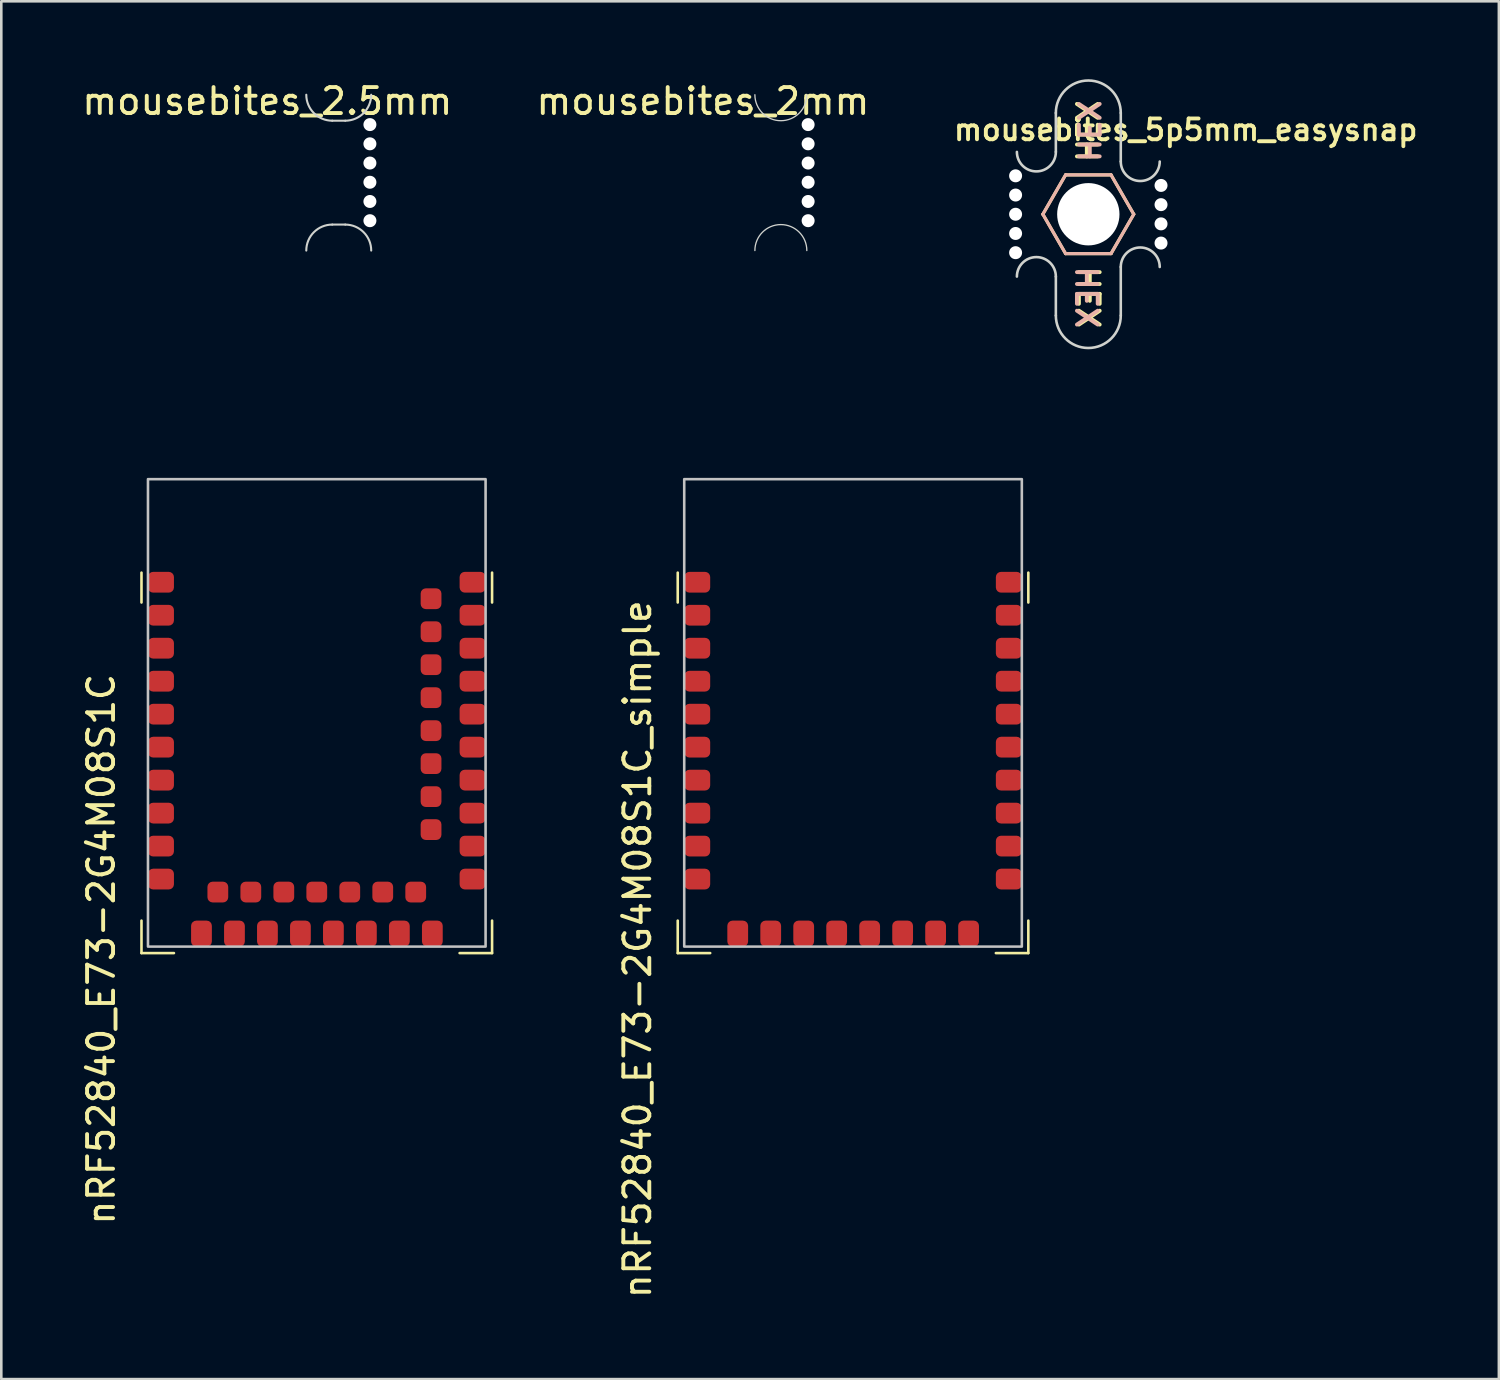
<source format=kicad_pcb>
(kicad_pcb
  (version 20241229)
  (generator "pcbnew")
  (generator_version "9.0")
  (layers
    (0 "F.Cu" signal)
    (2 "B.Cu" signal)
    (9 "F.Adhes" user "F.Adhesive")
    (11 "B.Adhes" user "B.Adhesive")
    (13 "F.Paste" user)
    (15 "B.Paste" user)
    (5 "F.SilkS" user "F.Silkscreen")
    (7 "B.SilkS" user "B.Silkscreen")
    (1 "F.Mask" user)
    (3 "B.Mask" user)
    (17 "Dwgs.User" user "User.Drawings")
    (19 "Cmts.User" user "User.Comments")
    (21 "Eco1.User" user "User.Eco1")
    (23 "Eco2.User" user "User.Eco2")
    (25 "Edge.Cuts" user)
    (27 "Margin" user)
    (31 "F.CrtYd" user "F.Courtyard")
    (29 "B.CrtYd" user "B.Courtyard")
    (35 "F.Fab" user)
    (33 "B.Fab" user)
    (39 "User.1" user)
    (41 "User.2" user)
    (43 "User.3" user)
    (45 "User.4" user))
  (footprint "nRF52840_E73-2G4M08S1C_simple"
    (layer "F.Cu")
    (at 29.797 24.4)
    (property "Reference" "nRF52840_E73-2G4M08S1C_simple" (at -8.3 9.1 90) (unlocked yes) (layer "F.SilkS") (effects (font (size 1 1) (thickness 0.15))))
    (attr smd)
    (fp_line (start -6.75 -4.25) (end -6.75 -5.4) (stroke (width 0.1) (type default)) (layer "F.SilkS"))
    (fp_line (start -6.75 9.25) (end -6.75 8) (stroke (width 0.1) (type default)) (layer "F.SilkS"))
    (fp_line (start -6.75 9.25) (end -5.5 9.25) (stroke (width 0.1) (type default)) (layer "F.SilkS"))
    (fp_line (start 6.75 -4.25) (end 6.75 -5.4) (stroke (width 0.1) (type default)) (layer "F.SilkS"))
    (fp_line (start 6.75 8) (end 6.75 9.25) (stroke (width 0.1) (type default)) (layer "F.SilkS"))
    (fp_line (start 6.75 9.25) (end 5.5 9.25) (stroke (width 0.1) (type default)) (layer "F.SilkS"))
    (fp_rect (start -6.5 -9) (end 6.5 9) (stroke (width 0.1) (type default)) (fill no) (layer "Dwgs.User"))
    (pad "1" smd roundrect (at -6 -5.03) (size 1 0.8) (layers "F.Cu" "F.Mask" "F.Paste") (roundrect_rratio 0.25))
    (pad "2" smd roundrect (at -6 -3.76) (size 1 0.8) (layers "F.Cu" "F.Mask" "F.Paste") (roundrect_rratio 0.25))
    (pad "3" smd roundrect (at -6 -2.49) (size 1 0.8) (layers "F.Cu" "F.Mask" "F.Paste") (roundrect_rratio 0.25))
    (pad "4" smd roundrect (at -6 -1.22) (size 1 0.8) (layers "F.Cu" "F.Mask" "F.Paste") (roundrect_rratio 0.25))
    (pad "5" smd roundrect (at -6 0.05) (size 1 0.8) (layers "F.Cu" "F.Mask" "F.Paste") (roundrect_rratio 0.25))
    (pad "6" smd roundrect (at -6 1.32) (size 1 0.8) (layers "F.Cu" "F.Mask" "F.Paste") (roundrect_rratio 0.25))
    (pad "7" smd roundrect (at -6 2.59) (size 1 0.8) (layers "F.Cu" "F.Mask" "F.Paste") (roundrect_rratio 0.25))
    (pad "8" smd roundrect (at -6 3.86) (size 1 0.8) (layers "F.Cu" "F.Mask" "F.Paste") (roundrect_rratio 0.25))
    (pad "9" smd roundrect (at -6 5.13) (size 1 0.8) (layers "F.Cu" "F.Mask" "F.Paste") (roundrect_rratio 0.25))
    (pad "10" smd roundrect (at -6 6.4) (size 1 0.8) (layers "F.Cu" "F.Mask" "F.Paste") (roundrect_rratio 0.25))
    (pad "11" smd roundrect (at -4.44 8.5 90) (size 1 0.8) (layers "F.Cu" "F.Mask" "F.Paste") (roundrect_rratio 0.25))
    (pad "13" smd roundrect (at -3.17 8.5 90) (size 1 0.8) (layers "F.Cu" "F.Mask" "F.Paste") (roundrect_rratio 0.25))
    (pad "15" smd roundrect (at -1.9 8.5 90) (size 1 0.8) (layers "F.Cu" "F.Mask" "F.Paste") (roundrect_rratio 0.25))
    (pad "17" smd roundrect (at -0.63 8.5 90) (size 1 0.8) (layers "F.Cu" "F.Mask" "F.Paste") (roundrect_rratio 0.25))
    (pad "19" smd roundrect (at 0.64 8.5 90) (size 1 0.8) (layers "F.Cu" "F.Mask" "F.Paste") (roundrect_rratio 0.25))
    (pad "21" smd roundrect (at 1.91 8.5 90) (size 1 0.8) (layers "F.Cu" "F.Mask" "F.Paste") (roundrect_rratio 0.25))
    (pad "23" smd roundrect (at 3.18 8.5 90) (size 1 0.8) (layers "F.Cu" "F.Mask" "F.Paste") (roundrect_rratio 0.25))
    (pad "25" smd roundrect (at 4.45 8.5 90) (size 1 0.8) (layers "F.Cu" "F.Mask" "F.Paste") (roundrect_rratio 0.25))
    (pad "26" smd roundrect (at 6 6.4) (size 1 0.8) (layers "F.Cu" "F.Mask" "F.Paste") (roundrect_rratio 0.25))
    (pad "27" smd roundrect (at 6 5.13) (size 1 0.8) (layers "F.Cu" "F.Mask" "F.Paste") (roundrect_rratio 0.25))
    (pad "29" smd roundrect (at 6 3.86) (size 1 0.8) (layers "F.Cu" "F.Mask" "F.Paste") (roundrect_rratio 0.25))
    (pad "31" smd roundrect (at 6 2.59) (size 1 0.8) (layers "F.Cu" "F.Mask" "F.Paste") (roundrect_rratio 0.25))
    (pad "33" smd roundrect (at 6 1.32) (size 1 0.8) (layers "F.Cu" "F.Mask" "F.Paste") (roundrect_rratio 0.25))
    (pad "35" smd roundrect (at 6 0.05) (size 1 0.8) (layers "F.Cu" "F.Mask" "F.Paste") (roundrect_rratio 0.25))
    (pad "37" smd roundrect (at 6 -1.22) (size 1 0.8) (layers "F.Cu" "F.Mask" "F.Paste") (roundrect_rratio 0.25))
    (pad "39" smd roundrect (at 6 -2.49) (size 1 0.8) (layers "F.Cu" "F.Mask" "F.Paste") (roundrect_rratio 0.25))
    (pad "41" smd roundrect (at 6 -3.76) (size 1 0.8) (layers "F.Cu" "F.Mask" "F.Paste") (roundrect_rratio 0.25))
    (pad "43" smd roundrect (at 6 -5.03) (size 1 0.8) (layers "F.Cu" "F.Mask" "F.Paste") (roundrect_rratio 0.25))
    (zone (net_name "") (layers "F.Cu" "B.Cu" "Dwgs.User") (hatch full 0.5) (connect_pads) (min_thickness 0.25) (filled_areas_thickness no) (keepout (tracks not_allowed) (vias not_allowed) (pads not_allowed) (copperpour not_allowed) (footprints allowed)) (placement (enabled no)) (fill) (polygon (pts (xy 21.297 13.4) (xy 38.297 13.4) (xy 38.297 18.9) (xy 21.297 18.9)))))
  (footprint "mousebites_5p5mm_easysnap"
    (layer "F.Cu")
    (at 41.607 5.2)
    (property "Reference" "mousebites_5p5mm_easysnap" (at 1 -3.25 180) (layer "F.SilkS") (effects (font (size 0.8 0.8) (thickness 0.15))))
    (attr exclude_from_pos_files exclude_from_bom)
    (fp_line (start -3.625 -1.516) (end -4.5 0) (stroke (width 0.12) (type solid)) (layer "F.SilkS"))
    (fp_line (start -3.625 -1.516) (end -1.875 -1.516) (stroke (width 0.12) (type solid)) (layer "F.SilkS"))
    (fp_line (start -3.625 1.516) (end -4.5 0) (stroke (width 0.12) (type solid)) (layer "F.SilkS"))
    (fp_line (start -3.625 1.516) (end -1.875 1.516) (stroke (width 0.12) (type solid)) (layer "F.SilkS"))
    (fp_line (start -1 0) (end -1.875 -1.516) (stroke (width 0.12) (type solid)) (layer "F.SilkS"))
    (fp_line (start -1 0) (end -1.875 1.516) (stroke (width 0.12) (type solid)) (layer "F.SilkS"))
    (fp_line (start -4.5 0) (end -3.625 -1.516) (stroke (width 0.12) (type solid)) (layer "B.SilkS"))
    (fp_line (start -4.5 0) (end -3.625 1.516) (stroke (width 0.12) (type solid)) (layer "B.SilkS"))
    (fp_line (start -1.875 -1.516) (end -3.625 -1.516) (stroke (width 0.12) (type solid)) (layer "B.SilkS"))
    (fp_line (start -1.875 -1.516) (end -1 0) (stroke (width 0.12) (type solid)) (layer "B.SilkS"))
    (fp_line (start -1.875 1.516) (end -3.625 1.516) (stroke (width 0.12) (type solid)) (layer "B.SilkS"))
    (fp_line (start -1.875 1.516) (end -1 0) (stroke (width 0.12) (type solid)) (layer "B.SilkS"))
    (fp_line (start -4 -3.9) (end -4 -2.4) (stroke (width 0.1) (type solid)) (layer "Edge.Cuts"))
    (fp_line (start -4 2.4) (end -4 3.9) (stroke (width 0.1) (type solid)) (layer "Edge.Cuts"))
    (fp_line (start -1.5 -2.03) (end -1.5 -3.9) (stroke (width 0.1) (type solid)) (layer "Edge.Cuts"))
    (fp_line (start -1.5 3.9) (end -1.5 2.03) (stroke (width 0.1) (type solid)) (layer "Edge.Cuts"))
    (fp_arc (start -5.5 2.4) (mid -4.75 1.65) (end -4 2.4) (stroke (width 0.1) (type solid)) (layer "Edge.Cuts"))
    (fp_arc (start -4 -3.9) (mid -2.75 -5.15) (end -1.5 -3.9) (stroke (width 0.1) (type solid)) (layer "Edge.Cuts"))
    (fp_arc (start -4 -2.4) (mid -4.75 -1.65) (end -5.5 -2.4) (stroke (width 0.1) (type solid)) (layer "Edge.Cuts"))
    (fp_arc (start -1.5 2.03) (mid -0.75 1.28) (end 0 2.03) (stroke (width 0.1) (type solid)) (layer "Edge.Cuts"))
    (fp_arc (start -1.5 3.9) (mid -2.75 5.15) (end -4 3.9) (stroke (width 0.1) (type solid)) (layer "Edge.Cuts"))
    (fp_arc (start 0 -2.03) (mid -0.75 -1.28) (end -1.5 -2.03) (stroke (width 0.1) (type solid)) (layer "Edge.Cuts"))
    (fp_text user "HEX" (at -2.75 -3.2 90) (unlocked yes) (layer "F.SilkS") (effects (font (size 0.8 0.8) (thickness 0.15))))
    (fp_text user "HEX" (at -2.75 3.2 270) (unlocked yes) (layer "F.SilkS") (effects (font (size 0.8 0.8) (thickness 0.15))))
    (fp_text user "HEX" (at -2.75 3.2 90) (unlocked yes) (layer "B.SilkS") (effects (font (size 0.8 0.8) (thickness 0.15)) (justify mirror)))
    (fp_text user "HEX" (at -2.75 -3.2 270) (unlocked yes) (layer "B.SilkS") (effects (font (size 0.8 0.8) (thickness 0.15)) (justify mirror)))
    (pad "" np_thru_hole circle (at -5.55 -1.48 180) (size 0.5 0.5) (drill 0.5) (layers "*.Cu" "*.Mask"))
    (pad "" np_thru_hole circle (at -5.55 -0.74 180) (size 0.5 0.5) (drill 0.5) (layers "*.Cu" "*.Mask"))
    (pad "" np_thru_hole circle (at -5.55 0 180) (size 0.5 0.5) (drill 0.5) (layers "*.Cu" "*.Mask"))
    (pad "" np_thru_hole circle (at -5.55 0.74 180) (size 0.5 0.5) (drill 0.5) (layers "*.Cu" "*.Mask"))
    (pad "" np_thru_hole circle (at -5.55 1.48 180) (size 0.5 0.5) (drill 0.5) (layers "*.Cu" "*.Mask"))
    (pad "" np_thru_hole circle (at -2.75 0 180) (size 2.4 2.4) (drill 2.4) (layers "*.Cu" "*.Mask"))
    (pad "" np_thru_hole circle (at 0.05 -1.11) (size 0.5 0.5) (drill 0.5) (layers "*.Cu" "*.Mask"))
    (pad "" np_thru_hole circle (at 0.05 -0.37) (size 0.5 0.5) (drill 0.5) (layers "*.Cu" "*.Mask"))
    (pad "" np_thru_hole circle (at 0.05 0.37) (size 0.5 0.5) (drill 0.5) (layers "*.Cu" "*.Mask"))
    (pad "" np_thru_hole circle (at 0.05 1.11) (size 0.5 0.5) (drill 0.5) (layers "*.Cu" "*.Mask")))
  (footprint "nRF52840_E73-2G4M08S1C"
    (layer "F.Cu")
    (at 9.148 24.4)
    (property "Reference" "nRF52840_E73-2G4M08S1C" (at -8.3 9.1 90) (unlocked yes) (layer "F.SilkS") (effects (font (size 1 1) (thickness 0.15))))
    (attr smd)
    (fp_line (start -6.75 -4.25) (end -6.75 -5.4) (stroke (width 0.1) (type default)) (layer "F.SilkS"))
    (fp_line (start -6.75 9.25) (end -6.75 8) (stroke (width 0.1) (type default)) (layer "F.SilkS"))
    (fp_line (start -6.75 9.25) (end -5.5 9.25) (stroke (width 0.1) (type default)) (layer "F.SilkS"))
    (fp_line (start 6.75 -4.25) (end 6.75 -5.4) (stroke (width 0.1) (type default)) (layer "F.SilkS"))
    (fp_line (start 6.75 8) (end 6.75 9.25) (stroke (width 0.1) (type default)) (layer "F.SilkS"))
    (fp_line (start 6.75 9.25) (end 5.5 9.25) (stroke (width 0.1) (type default)) (layer "F.SilkS"))
    (fp_rect (start -6.5 -9) (end 6.5 9) (stroke (width 0.1) (type default)) (fill no) (layer "Dwgs.User"))
    (pad "1" smd roundrect (at -6 -5.03) (size 1 0.8) (layers "F.Cu" "F.Mask" "F.Paste") (roundrect_rratio 0.25))
    (pad "2" smd roundrect (at -6 -3.76) (size 1 0.8) (layers "F.Cu" "F.Mask" "F.Paste") (roundrect_rratio 0.25))
    (pad "3" smd roundrect (at -6 -2.49) (size 1 0.8) (layers "F.Cu" "F.Mask" "F.Paste") (roundrect_rratio 0.25))
    (pad "4" smd roundrect (at -6 -1.22) (size 1 0.8) (layers "F.Cu" "F.Mask" "F.Paste") (roundrect_rratio 0.25))
    (pad "5" smd roundrect (at -6 0.05) (size 1 0.8) (layers "F.Cu" "F.Mask" "F.Paste") (roundrect_rratio 0.25))
    (pad "6" smd roundrect (at -6 1.32) (size 1 0.8) (layers "F.Cu" "F.Mask" "F.Paste") (roundrect_rratio 0.25))
    (pad "7" smd roundrect (at -6 2.59) (size 1 0.8) (layers "F.Cu" "F.Mask" "F.Paste") (roundrect_rratio 0.25))
    (pad "8" smd roundrect (at -6 3.86) (size 1 0.8) (layers "F.Cu" "F.Mask" "F.Paste") (roundrect_rratio 0.25))
    (pad "9" smd roundrect (at -6 5.13) (size 1 0.8) (layers "F.Cu" "F.Mask" "F.Paste") (roundrect_rratio 0.25))
    (pad "10" smd roundrect (at -6 6.4) (size 1 0.8) (layers "F.Cu" "F.Mask" "F.Paste") (roundrect_rratio 0.25))
    (pad "11" smd roundrect (at -4.44 8.5 90) (size 1 0.8) (layers "F.Cu" "F.Mask" "F.Paste") (roundrect_rratio 0.25))
    (pad "12" smd roundrect (at -3.81 6.9 90) (size 0.8 0.8) (layers "F.Cu" "F.Mask" "F.Paste") (roundrect_rratio 0.25))
    (pad "13" smd roundrect (at -3.17 8.5 90) (size 1 0.8) (layers "F.Cu" "F.Mask" "F.Paste") (roundrect_rratio 0.25))
    (pad "14" smd roundrect (at -2.54 6.9 90) (size 0.8 0.8) (layers "F.Cu" "F.Mask" "F.Paste") (roundrect_rratio 0.25))
    (pad "15" smd roundrect (at -1.9 8.5 90) (size 1 0.8) (layers "F.Cu" "F.Mask" "F.Paste") (roundrect_rratio 0.25))
    (pad "16" smd roundrect (at -1.27 6.9 90) (size 0.8 0.8) (layers "F.Cu" "F.Mask" "F.Paste") (roundrect_rratio 0.25))
    (pad "17" smd roundrect (at -0.63 8.5 90) (size 1 0.8) (layers "F.Cu" "F.Mask" "F.Paste") (roundrect_rratio 0.25))
    (pad "18" smd roundrect (at 0 6.9 90) (size 0.8 0.8) (layers "F.Cu" "F.Mask" "F.Paste") (roundrect_rratio 0.25))
    (pad "19" smd roundrect (at 0.64 8.5 90) (size 1 0.8) (layers "F.Cu" "F.Mask" "F.Paste") (roundrect_rratio 0.25))
    (pad "20" smd roundrect (at 1.27 6.9 90) (size 0.8 0.8) (layers "F.Cu" "F.Mask" "F.Paste") (roundrect_rratio 0.25))
    (pad "21" smd roundrect (at 1.91 8.5 90) (size 1 0.8) (layers "F.Cu" "F.Mask" "F.Paste") (roundrect_rratio 0.25))
    (pad "22" smd roundrect (at 2.54 6.9 90) (size 0.8 0.8) (layers "F.Cu" "F.Mask" "F.Paste") (roundrect_rratio 0.25))
    (pad "23" smd roundrect (at 3.18 8.5 90) (size 1 0.8) (layers "F.Cu" "F.Mask" "F.Paste") (roundrect_rratio 0.25))
    (pad "24" smd roundrect (at 3.81 6.9 90) (size 0.8 0.8) (layers "F.Cu" "F.Mask" "F.Paste") (roundrect_rratio 0.25))
    (pad "25" smd roundrect (at 4.45 8.5 90) (size 1 0.8) (layers "F.Cu" "F.Mask" "F.Paste") (roundrect_rratio 0.25))
    (pad "26" smd roundrect (at 6 6.4) (size 1 0.8) (layers "F.Cu" "F.Mask" "F.Paste") (roundrect_rratio 0.25))
    (pad "27" smd roundrect (at 6 5.13) (size 1 0.8) (layers "F.Cu" "F.Mask" "F.Paste") (roundrect_rratio 0.25))
    (pad "28" smd roundrect (at 4.4 4.495 90) (size 0.8 0.8) (layers "F.Cu" "F.Mask" "F.Paste") (roundrect_rratio 0.25))
    (pad "29" smd roundrect (at 6 3.86) (size 1 0.8) (layers "F.Cu" "F.Mask" "F.Paste") (roundrect_rratio 0.25))
    (pad "30" smd roundrect (at 4.4 3.225 90) (size 0.8 0.8) (layers "F.Cu" "F.Mask" "F.Paste") (roundrect_rratio 0.25))
    (pad "31" smd roundrect (at 6 2.59) (size 1 0.8) (layers "F.Cu" "F.Mask" "F.Paste") (roundrect_rratio 0.25))
    (pad "32" smd roundrect (at 4.4 1.955 90) (size 0.8 0.8) (layers "F.Cu" "F.Mask" "F.Paste") (roundrect_rratio 0.25))
    (pad "33" smd roundrect (at 6 1.32) (size 1 0.8) (layers "F.Cu" "F.Mask" "F.Paste") (roundrect_rratio 0.25))
    (pad "34" smd roundrect (at 4.4 0.685 90) (size 0.8 0.8) (layers "F.Cu" "F.Mask" "F.Paste") (roundrect_rratio 0.25))
    (pad "35" smd roundrect (at 6 0.05) (size 1 0.8) (layers "F.Cu" "F.Mask" "F.Paste") (roundrect_rratio 0.25))
    (pad "36" smd roundrect (at 4.4 -0.585 90) (size 0.8 0.8) (layers "F.Cu" "F.Mask" "F.Paste") (roundrect_rratio 0.25))
    (pad "37" smd roundrect (at 6 -1.22) (size 1 0.8) (layers "F.Cu" "F.Mask" "F.Paste") (roundrect_rratio 0.25))
    (pad "38" smd roundrect (at 4.4 -1.855 90) (size 0.8 0.8) (layers "F.Cu" "F.Mask" "F.Paste") (roundrect_rratio 0.25))
    (pad "39" smd roundrect (at 6 -2.49) (size 1 0.8) (layers "F.Cu" "F.Mask" "F.Paste") (roundrect_rratio 0.25))
    (pad "40" smd roundrect (at 4.4 -3.125 90) (size 0.8 0.8) (layers "F.Cu" "F.Mask" "F.Paste") (roundrect_rratio 0.25))
    (pad "41" smd roundrect (at 6 -3.76) (size 1 0.8) (layers "F.Cu" "F.Mask" "F.Paste") (roundrect_rratio 0.25))
    (pad "42" smd roundrect (at 4.4 -4.395 90) (size 0.8 0.8) (layers "F.Cu" "F.Mask" "F.Paste") (roundrect_rratio 0.25))
    (pad "43" smd roundrect (at 6 -5.03) (size 1 0.8) (layers "F.Cu" "F.Mask" "F.Paste") (roundrect_rratio 0.25))
    (zone (net_name "") (layers "F.Cu" "B.Cu" "Dwgs.User") (hatch full 0.5) (connect_pads) (min_thickness 0.25) (filled_areas_thickness no) (keepout (tracks not_allowed) (vias not_allowed) (pads not_allowed) (copperpour not_allowed) (footprints allowed)) (placement (enabled no)) (fill) (polygon (pts (xy 0.648 13.4) (xy 17.648 13.4) (xy 17.648 18.9) (xy 0.648 18.9)))))
  (footprint "mousebites_2mm"
    (layer "F.Cu")
    (at 28.018 3.598)
    (property "Reference" "mousebites_2mm" (at -4 -2.75 0) (layer "F.SilkS") (effects (font (size 1 1) (thickness 0.15))))
    (attr exclude_from_pos_files exclude_from_bom)
    (fp_arc (start -2 3) (mid -1 2) (end 0 3) (stroke (width 0.05) (type solid)) (layer "Edge.Cuts"))
    (fp_arc (start 0 -3) (mid -1 -2) (end -2 -3) (stroke (width 0.05) (type solid)) (layer "Edge.Cuts"))
    (pad "" np_thru_hole circle (at 0.05 -1.85) (size 0.5 0.5) (drill 0.5) (layers "*.Cu" "*.Mask"))
    (pad "" np_thru_hole circle (at 0.05 -1.11) (size 0.5 0.5) (drill 0.5) (layers "*.Cu" "*.Mask"))
    (pad "" np_thru_hole circle (at 0.05 -0.37) (size 0.5 0.5) (drill 0.5) (layers "*.Cu" "*.Mask"))
    (pad "" np_thru_hole circle (at 0.05 0.37) (size 0.5 0.5) (drill 0.5) (layers "*.Cu" "*.Mask"))
    (pad "" np_thru_hole circle (at 0.05 1.11) (size 0.5 0.5) (drill 0.5) (layers "*.Cu" "*.Mask"))
    (pad "" np_thru_hole circle (at 0.05 1.85) (size 0.5 0.5) (drill 0.5) (layers "*.Cu" "*.Mask")))
  (footprint "mousebites_2.5mm"
    (layer "F.Cu")
    (at 11.244 3.598)
    (property "Reference" "mousebites_2.5mm" (at -4 -2.75 0) (layer "F.SilkS") (effects (font (size 1 1) (thickness 0.15))))
    (attr exclude_from_pos_files exclude_from_bom)
    (fp_line (start -1.5 -2) (end -1 -2) (stroke (width 0.08) (type solid)) (layer "Edge.Cuts"))
    (fp_line (start -1 2) (end -1.5 2) (stroke (width 0.08) (type solid)) (layer "Edge.Cuts"))
    (fp_arc (start -2.5 3) (mid -2.207108 2.292895) (end -1.500003 2.000003) (stroke (width 0.08) (type solid)) (layer "Edge.Cuts"))
    (fp_arc (start -1.5 -2) (mid -2.207105 -2.292892) (end -2.499997 -2.999997) (stroke (width 0.08) (type solid)) (layer "Edge.Cuts"))
    (fp_arc (start -1 2) (mid -0.292895 2.292892) (end -0.000003 2.999997) (stroke (width 0.08) (type solid)) (layer "Edge.Cuts"))
    (fp_arc (start 0 -3) (mid -0.292892 -2.292895) (end -0.999997 -2.000003) (stroke (width 0.08) (type solid)) (layer "Edge.Cuts"))
    (pad "" np_thru_hole circle (at -0.05 -1.85) (size 0.5 0.5) (drill 0.5) (layers "*.Cu" "*.Mask"))
    (pad "" np_thru_hole circle (at -0.05 -1.11) (size 0.5 0.5) (drill 0.5) (layers "*.Cu" "*.Mask"))
    (pad "" np_thru_hole circle (at -0.05 -0.37) (size 0.5 0.5) (drill 0.5) (layers "*.Cu" "*.Mask"))
    (pad "" np_thru_hole circle (at -0.05 0.37) (size 0.5 0.5) (drill 0.5) (layers "*.Cu" "*.Mask"))
    (pad "" np_thru_hole circle (at -0.05 1.11) (size 0.5 0.5) (drill 0.5) (layers "*.Cu" "*.Mask"))
    (pad "" np_thru_hole circle (at -0.05 1.85) (size 0.5 0.5) (drill 0.5) (layers "*.Cu" "*.Mask")))
  (gr_rect
    (start -3 -3)
    (end 54.666 50.054)
    (stroke (width 0.1) (type default))
    (fill no)
    (layer "Edge.Cuts")))
</source>
